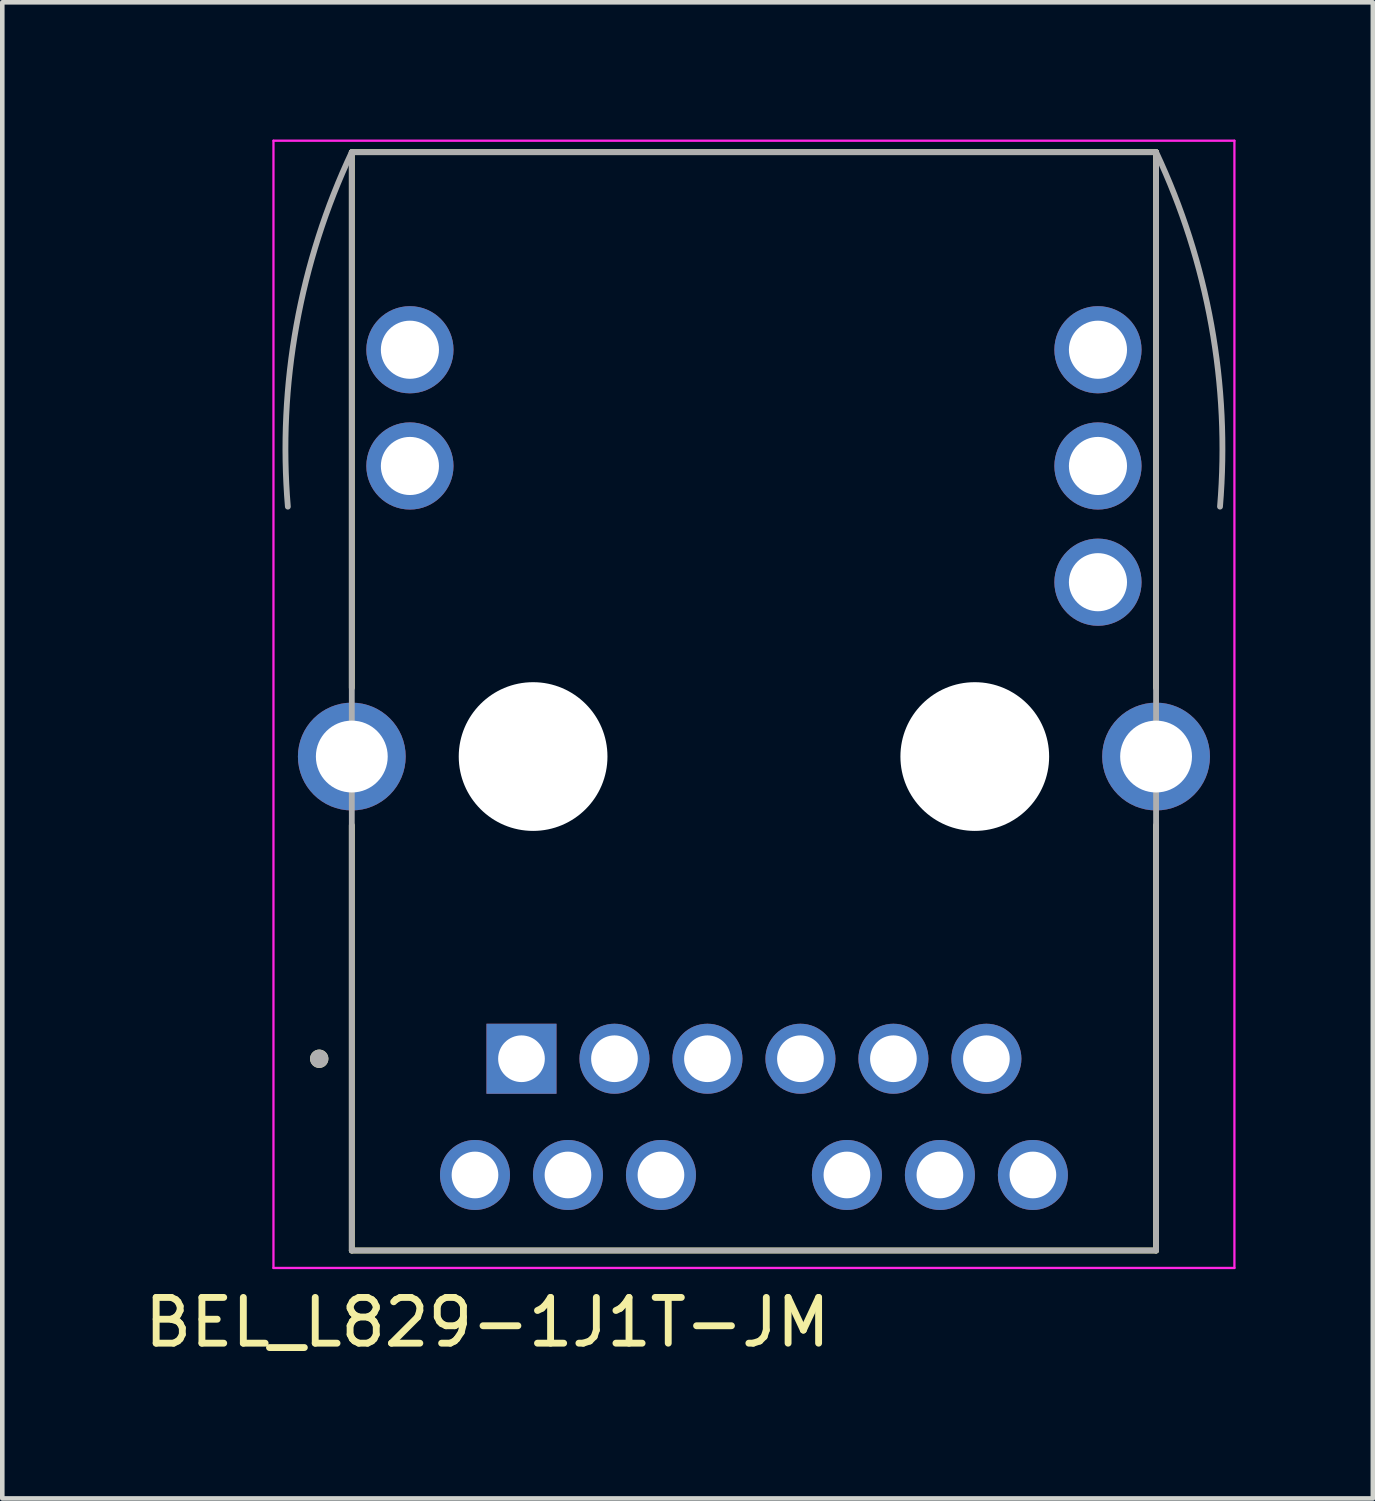
<source format=kicad_pcb>
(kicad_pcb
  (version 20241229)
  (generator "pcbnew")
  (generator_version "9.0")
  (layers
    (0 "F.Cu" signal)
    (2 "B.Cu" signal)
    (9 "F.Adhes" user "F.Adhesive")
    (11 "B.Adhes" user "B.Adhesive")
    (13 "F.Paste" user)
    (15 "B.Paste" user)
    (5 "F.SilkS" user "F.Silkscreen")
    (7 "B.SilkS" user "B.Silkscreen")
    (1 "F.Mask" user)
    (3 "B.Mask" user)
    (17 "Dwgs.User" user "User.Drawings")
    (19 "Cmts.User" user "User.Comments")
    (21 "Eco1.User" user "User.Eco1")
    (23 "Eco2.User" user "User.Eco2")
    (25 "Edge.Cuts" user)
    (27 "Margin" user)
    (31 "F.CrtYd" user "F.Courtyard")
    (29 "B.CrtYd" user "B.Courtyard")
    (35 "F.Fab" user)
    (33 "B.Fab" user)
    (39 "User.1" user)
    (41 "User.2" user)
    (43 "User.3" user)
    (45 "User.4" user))
  (footprint "BEL_L829-1J1T-JM"
    (layer "F.Cu")
    (at 13.426 13.483)
    (property "Reference" "BEL_L829-1J1T-JM" (at -5.825 12.365 0) (layer "F.SilkS") (effects (font (size 1 1) (thickness 0.15))))
    (attr through_hole)
    (fp_line (start -8.788 -1.5) (end -8.788 -13.208) (stroke (width 0.127) (type solid)) (layer "F.SilkS"))
    (fp_line (start -8.788 10.795) (end -8.788 1.5) (stroke (width 0.127) (type solid)) (layer "F.SilkS"))
    (fp_line (start -8.788 10.795) (end 8.788 10.795) (stroke (width 0.127) (type solid)) (layer "F.SilkS"))
    (fp_line (start 8.788 -13.208) (end -8.788 -13.208) (stroke (width 0.127) (type solid)) (layer "F.SilkS"))
    (fp_line (start 8.788 -1.5) (end 8.788 -13.208) (stroke (width 0.127) (type solid)) (layer "F.SilkS"))
    (fp_line (start 8.788 10.795) (end 8.788 1.5) (stroke (width 0.127) (type solid)) (layer "F.SilkS"))
    (fp_circle (center -9.5 6.604) (end -9.4 6.604) (stroke (width 0.2) (type solid)) (fill no) (layer "F.SilkS"))
    (fp_line (start -10.5 -13.458) (end 10.5 -13.458) (stroke (width 0.05) (type solid)) (layer "F.CrtYd"))
    (fp_line (start -10.5 11.176) (end -10.5 -13.458) (stroke (width 0.05) (type solid)) (layer "F.CrtYd"))
    (fp_line (start 10.5 -13.458) (end 10.5 11.176) (stroke (width 0.05) (type solid)) (layer "F.CrtYd"))
    (fp_line (start 10.5 11.176) (end -10.5 11.176) (stroke (width 0.05) (type solid)) (layer "F.CrtYd"))
    (fp_line (start -8.788 -13.208) (end -8.788 10.795) (stroke (width 0.127) (type solid)) (layer "F.Fab"))
    (fp_line (start -8.788 10.795) (end 8.788 10.795) (stroke (width 0.127) (type solid)) (layer "F.Fab"))
    (fp_line (start 8.788 -13.208) (end -8.788 -13.208) (stroke (width 0.127) (type solid)) (layer "F.Fab"))
    (fp_line (start 8.788 10.795) (end 8.788 -13.208) (stroke (width 0.127) (type solid)) (layer "F.Fab"))
    (fp_arc (start -10.1854 -5.461) (mid -9.996856 -9.426459) (end -8.7884 -13.208) (stroke (width 0.127) (type solid)) (layer "F.Fab"))
    (fp_arc (start 8.7884 -13.208) (mid 9.996856 -9.426459) (end 10.1854 -5.461) (stroke (width 0.127) (type solid)) (layer "F.Fab"))
    (fp_circle (center -9.5 6.604) (end -9.4 6.604) (stroke (width 0.2) (type solid)) (fill no) (layer "F.Fab"))
    (pad "" np_thru_hole circle (at -4.826 0) (size 3.25 3.25) (drill 3.25) (layers "*.Cu" "*.Mask"))
    (pad "" np_thru_hole circle (at 4.826 0) (size 3.25 3.25) (drill 3.25) (layers "*.Cu" "*.Mask"))
    (pad "1" thru_hole rect (at -5.08 6.604) (size 1.53 1.53) (drill 1.02) (layers "*.Cu" "*.Mask"))
    (pad "2" thru_hole circle (at -3.048 6.604) (size 1.53 1.53) (drill 1.02) (layers "*.Cu" "*.Mask"))
    (pad "3" thru_hole circle (at -1.016 6.604) (size 1.53 1.53) (drill 1.02) (layers "*.Cu" "*.Mask"))
    (pad "4" thru_hole circle (at 1.016 6.604) (size 1.53 1.53) (drill 1.02) (layers "*.Cu" "*.Mask"))
    (pad "5" thru_hole circle (at 3.048 6.604) (size 1.53 1.53) (drill 1.02) (layers "*.Cu" "*.Mask"))
    (pad "6" thru_hole circle (at 5.08 6.604) (size 1.53 1.53) (drill 1.02) (layers "*.Cu" "*.Mask"))
    (pad "7" thru_hole circle (at -6.096 9.144) (size 1.53 1.53) (drill 1.02) (layers "*.Cu" "*.Mask"))
    (pad "8" thru_hole circle (at -4.064 9.144) (size 1.53 1.53) (drill 1.02) (layers "*.Cu" "*.Mask"))
    (pad "9" thru_hole circle (at -2.032 9.144) (size 1.53 1.53) (drill 1.02) (layers "*.Cu" "*.Mask"))
    (pad "10" thru_hole circle (at 2.032 9.144) (size 1.53 1.53) (drill 1.02) (layers "*.Cu" "*.Mask"))
    (pad "11" thru_hole circle (at 4.064 9.144) (size 1.53 1.53) (drill 1.02) (layers "*.Cu" "*.Mask"))
    (pad "12" thru_hole circle (at 6.096 9.144) (size 1.53 1.53) (drill 1.02) (layers "*.Cu" "*.Mask"))
    (pad "13" thru_hole circle (at -7.518 -6.35) (size 1.905 1.905) (drill 1.27) (layers "*.Cu" "*.Mask"))
    (pad "14" thru_hole circle (at -7.518 -8.89) (size 1.905 1.905) (drill 1.27) (layers "*.Cu" "*.Mask"))
    (pad "15" thru_hole circle (at 7.518 -3.81) (size 1.905 1.905) (drill 1.27) (layers "*.Cu" "*.Mask"))
    (pad "16" thru_hole circle (at 7.518 -6.35) (size 1.905 1.905) (drill 1.27) (layers "*.Cu" "*.Mask"))
    (pad "17" thru_hole circle (at 7.518 -8.89) (size 1.905 1.905) (drill 1.27) (layers "*.Cu" "*.Mask"))
    (pad "S1" thru_hole circle (at -8.788 0) (size 2.355 2.355) (drill 1.57) (layers "*.Cu" "*.Mask"))
    (pad "S2" thru_hole circle (at 8.788 0) (size 2.355 2.355) (drill 1.57) (layers "*.Cu" "*.Mask"))
    (zone (net_name "") (layer "F.Cu") (hatch full 0.508) (connect_pads) (min_thickness 0.01) (filled_areas_thickness no) (keepout (tracks not_allowed) (vias not_allowed) (pads not_allowed) (copperpour not_allowed) (footprints allowed)) (placement (enabled no)) (fill) (polygon (pts (xy 12.029 21.865) (xy 14.823 21.865) (xy 14.823 24.659) (xy 12.029 24.659))))
    (zone (net_name "") (layer "F.Cu") (hatch full 0.508) (connect_pads) (min_thickness 0.01) (filled_areas_thickness no) (keepout (tracks not_allowed) (vias not_allowed) (pads not_allowed) (copperpour not_allowed) (footprints allowed)) (placement (enabled no)) (fill) (polygon (pts (xy 6.314 24.659) (xy 6.314 3.323) (xy 20.538 3.323) (xy 20.538 24.659) (xy 22.926 24.659) (xy 22.926 0.275) (xy 3.876 0.275) (xy 3.876 24.659))))
    (zone (net_name "") (layers "F.Cu" "B.Cu") (hatch full 0.508) (connect_pads) (min_thickness 0.01) (filled_areas_thickness no) (keepout (tracks allowed) (vias not_allowed) (pads allowed) (copperpour allowed) (footprints allowed)) (placement (enabled no)) (fill) (polygon (pts (xy 12.029 21.865) (xy 14.823 21.865) (xy 14.823 24.659) (xy 12.029 24.659))))
    (zone (net_name "") (layers "F.Cu" "B.Cu") (hatch full 0.508) (connect_pads) (min_thickness 0.01) (filled_areas_thickness no) (keepout (tracks allowed) (vias not_allowed) (pads allowed) (copperpour allowed) (footprints allowed)) (placement (enabled no)) (fill) (polygon (pts (xy 6.314 24.659) (xy 6.314 3.323) (xy 20.538 3.323) (xy 20.538 24.659) (xy 22.926 24.659) (xy 22.926 0.275) (xy 3.876 0.275) (xy 3.876 24.659)))))
  (gr_rect
    (start -3 -3)
    (end 26.951 29.696)
    (stroke (width 0.1) (type default))
    (fill no)
    (layer "Edge.Cuts")))
</source>
